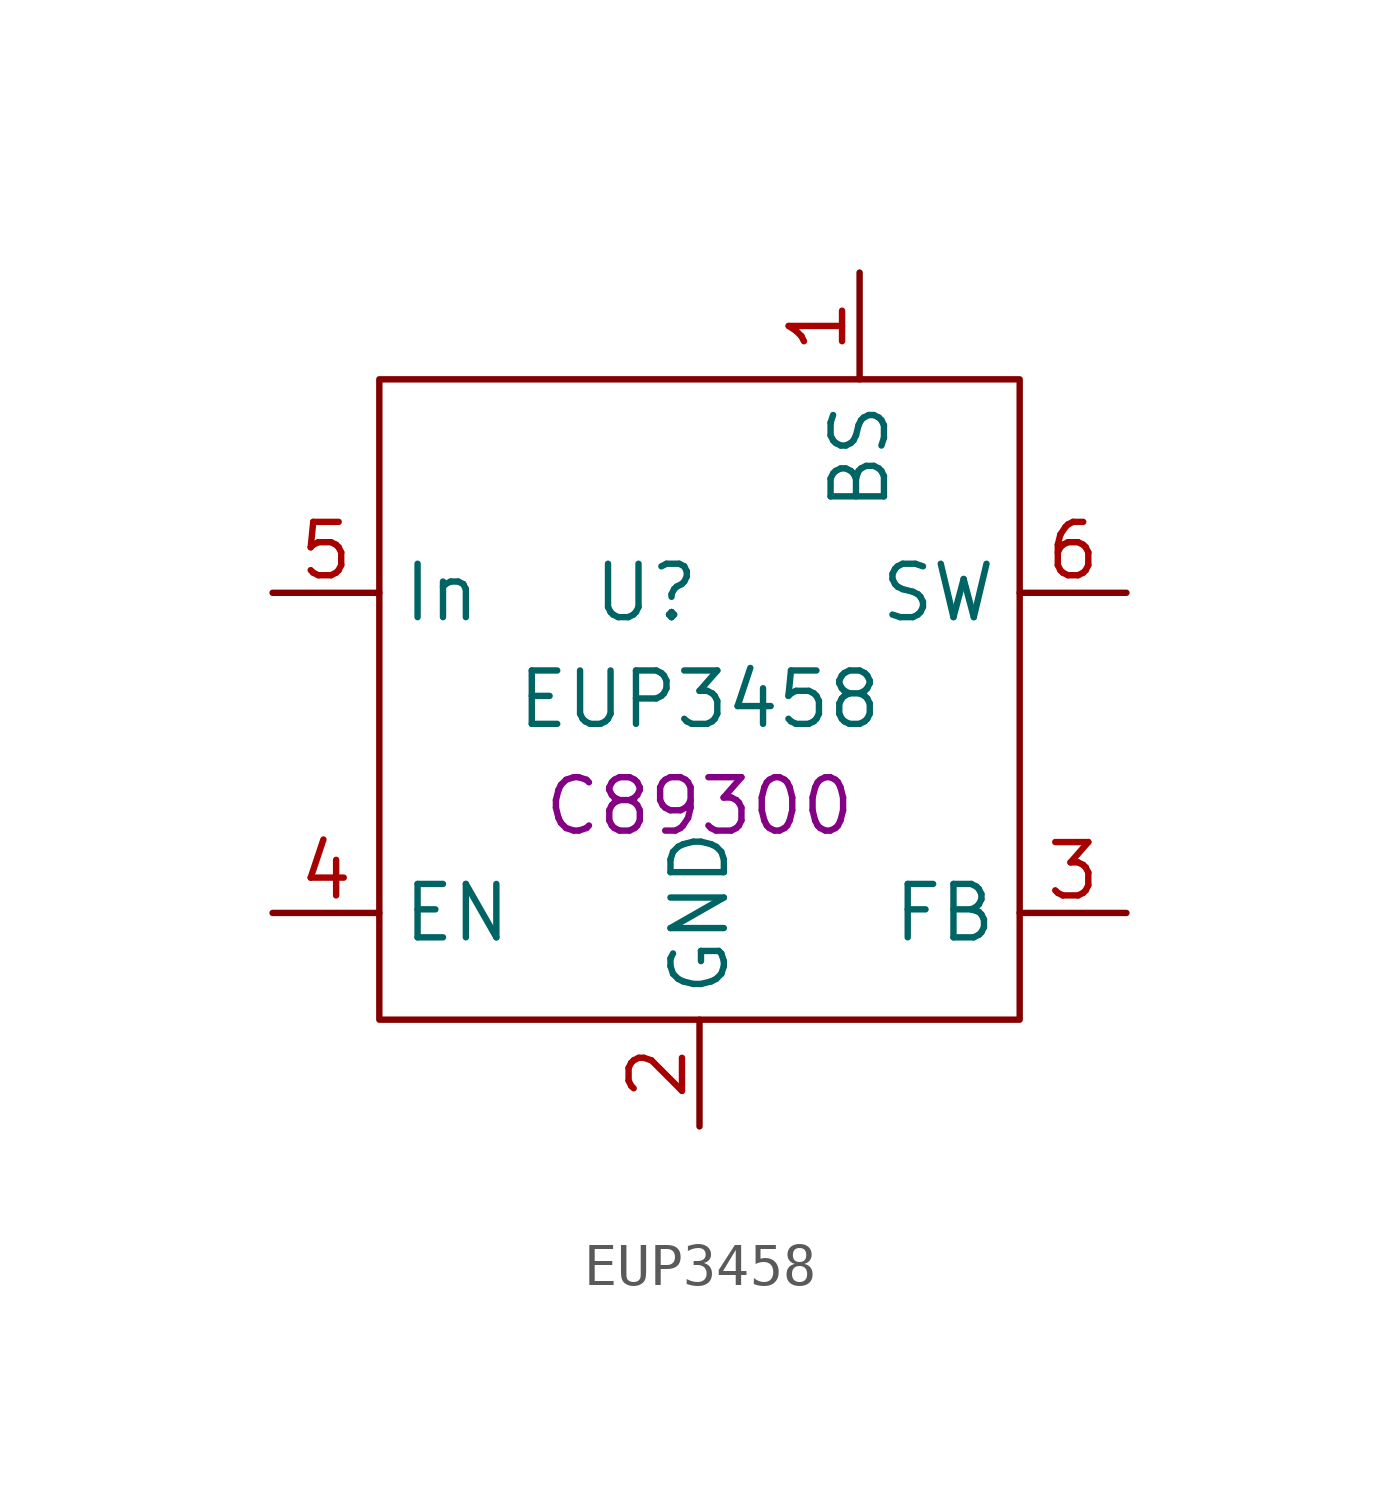
<source format=kicad_sym>
(kicad_symbol_lib
  (version 20210619)
  (generator kicad_symbol_editor)
  (symbol "EUP3458:EUP3458"
    (property "Reference" "U"
      (at -1.27 5.08 0)
      (effects (font (size 1.27 1.27))))
    (property "Value" "EUP3458"
      (at 0 2.54 0)
      (effects (font (size 1.27 1.27))))
    (property "LCSC" "C89300"
      (at 0 0 0)
      (effects (font (size 1.27 1.27))))
    (symbol "EUP3458_0_1"
      (rectangle (start -7.62 10.16) (end 7.62 -5.08) (stroke (width 0.152)) (fill (type none))))
    (symbol "EUP3458_1_1"
      (pin passive line (at 3.81 12.7 270) (length 2.54) (name "BS" (effects (font (size 1.27 1.27)))) (number "1" (effects (font (size 1.27 1.27)))))
      (pin passive line (at 0 -7.62 90) (length 2.54) (name "GND" (effects (font (size 1.27 1.27)))) (number "2" (effects (font (size 1.27 1.27)))))
      (pin input line (at 10.16 -2.54 180) (length 2.54) (name "FB" (effects (font (size 1.27 1.27)))) (number "3" (effects (font (size 1.27 1.27)))))
      (pin input line (at -10.16 -2.54 0) (length 2.54) (name "EN" (effects (font (size 1.27 1.27)))) (number "4" (effects (font (size 1.27 1.27)))))
      (pin power_in line (at -10.16 5.08 0) (length 2.54) (name "In" (effects (font (size 1.27 1.27)))) (number "5" (effects (font (size 1.27 1.27)))))
      (pin power_out line (at 10.16 5.08 180) (length 2.54) (name "SW" (effects (font (size 1.27 1.27)))) (number "6" (effects (font (size 1.27 1.27))))))))
</source>
